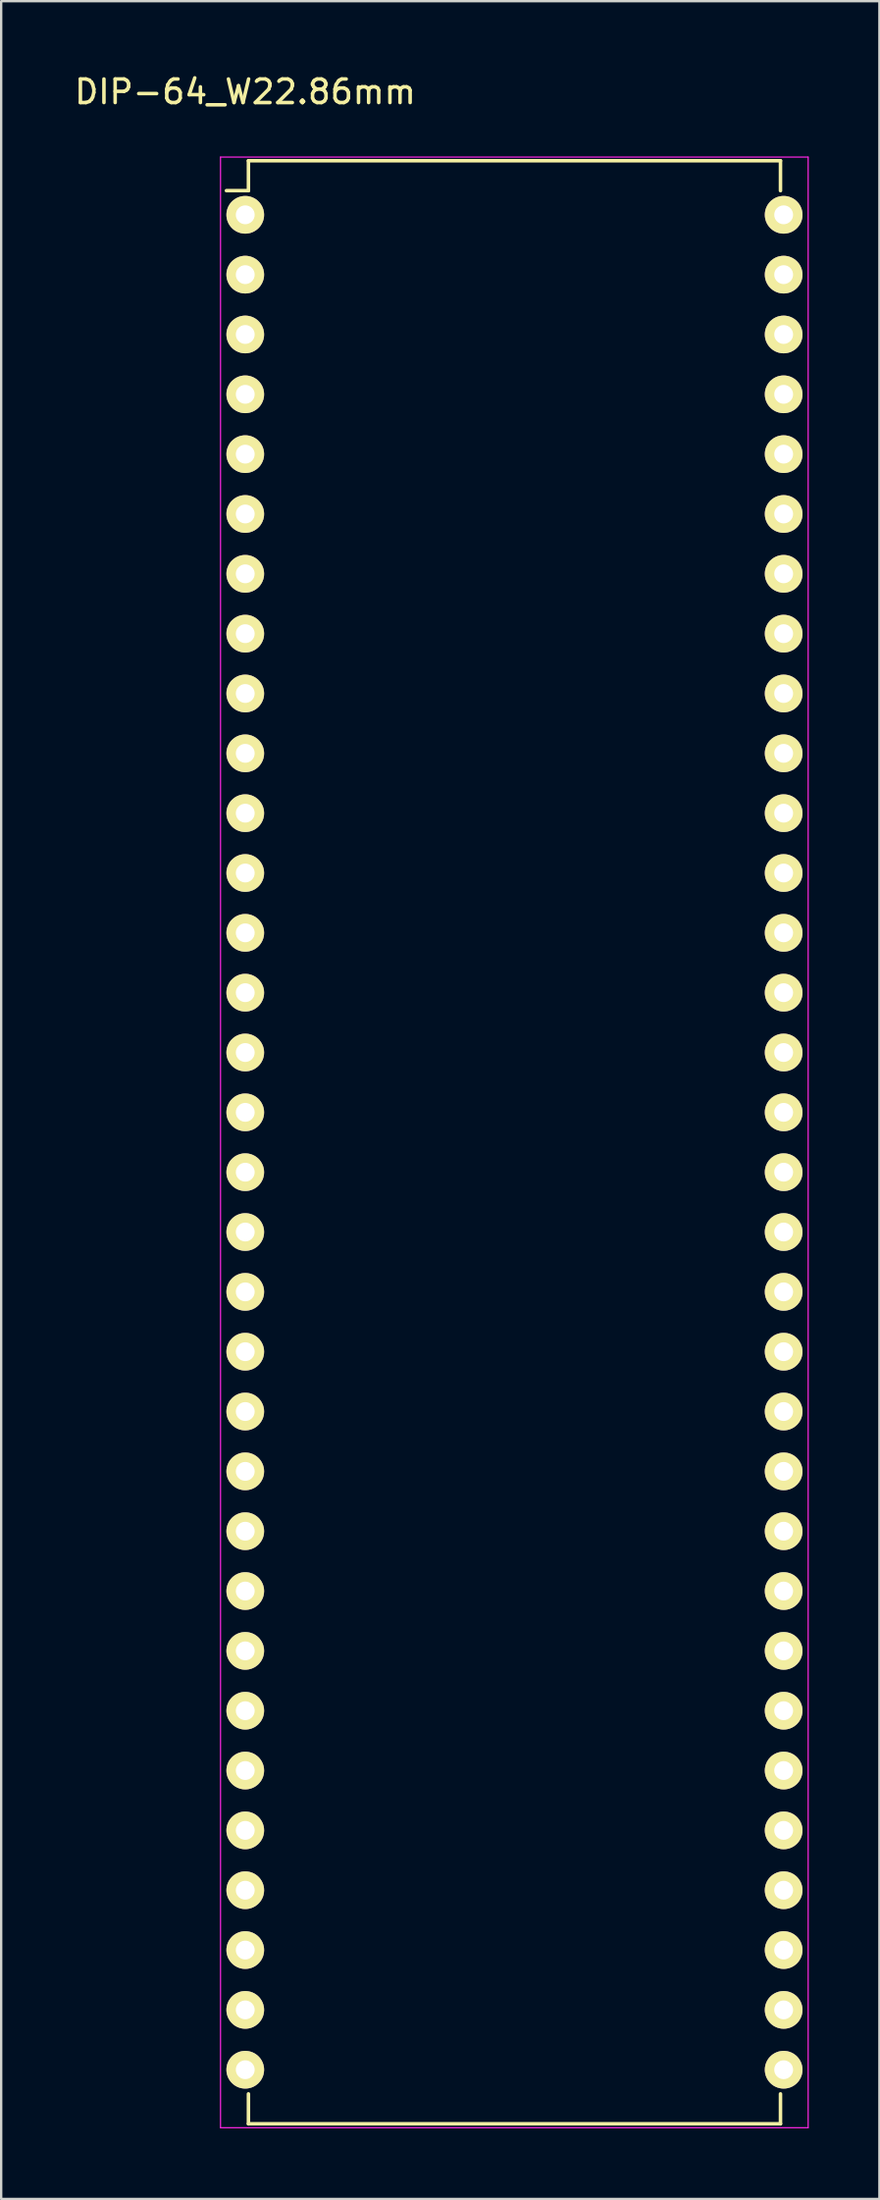
<source format=kicad_pcb>
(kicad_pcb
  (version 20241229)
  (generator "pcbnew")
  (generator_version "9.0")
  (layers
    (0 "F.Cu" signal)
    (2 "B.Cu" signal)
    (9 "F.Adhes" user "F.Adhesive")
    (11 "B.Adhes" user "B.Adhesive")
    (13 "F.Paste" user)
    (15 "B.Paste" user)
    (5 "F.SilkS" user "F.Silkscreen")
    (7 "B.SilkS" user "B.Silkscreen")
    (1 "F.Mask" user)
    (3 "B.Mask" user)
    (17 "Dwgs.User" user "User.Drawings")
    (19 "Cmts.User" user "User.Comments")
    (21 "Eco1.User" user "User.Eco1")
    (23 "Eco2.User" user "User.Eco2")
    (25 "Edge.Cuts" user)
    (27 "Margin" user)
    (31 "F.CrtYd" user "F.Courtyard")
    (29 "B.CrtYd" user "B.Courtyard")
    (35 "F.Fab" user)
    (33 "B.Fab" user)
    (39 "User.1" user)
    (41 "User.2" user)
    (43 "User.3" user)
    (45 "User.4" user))
  (footprint "DIP-64_W22.86mm"
    (layer "F.Cu")
    (at 7.363 6.068)
    (property "Reference" "DIP-64_W22.86mm" (at 0 -5.22 0) (layer "F.SilkS") (effects (font (size 1 1) (thickness 0.15))))
    (attr through_hole)
    (fp_line (start 0.135 -2.295) (end 0.135 -1.025) (stroke (width 0.15) (type solid)) (layer "F.SilkS"))
    (fp_line (start 0.135 -2.295) (end 22.725 -2.295) (stroke (width 0.15) (type solid)) (layer "F.SilkS"))
    (fp_line (start 0.135 -1.025) (end -0.8 -1.025) (stroke (width 0.15) (type solid)) (layer "F.SilkS"))
    (fp_line (start 0.135 81.035) (end 0.135 79.765) (stroke (width 0.15) (type solid)) (layer "F.SilkS"))
    (fp_line (start 0.135 81.035) (end 22.725 81.035) (stroke (width 0.15) (type solid)) (layer "F.SilkS"))
    (fp_line (start 22.725 -2.295) (end 22.725 -1.025) (stroke (width 0.15) (type solid)) (layer "F.SilkS"))
    (fp_line (start 22.725 81.035) (end 22.725 79.765) (stroke (width 0.15) (type solid)) (layer "F.SilkS"))
    (fp_line (start -1.05 -2.45) (end -1.05 81.2) (stroke (width 0.05) (type solid)) (layer "F.CrtYd"))
    (fp_line (start -1.05 -2.45) (end 23.9 -2.45) (stroke (width 0.05) (type solid)) (layer "F.CrtYd"))
    (fp_line (start -1.05 81.2) (end 23.9 81.2) (stroke (width 0.05) (type solid)) (layer "F.CrtYd"))
    (fp_line (start 23.9 -2.45) (end 23.9 81.2) (stroke (width 0.05) (type solid)) (layer "F.CrtYd"))
    (pad "1" thru_hole oval (at 0 0) (size 1.6 1.6) (drill 0.8) (layers "*.Cu" "*.Mask" "F.SilkS"))
    (pad "2" thru_hole oval (at 0 2.54) (size 1.6 1.6) (drill 0.8) (layers "*.Cu" "*.Mask" "F.SilkS"))
    (pad "3" thru_hole oval (at 0 5.08) (size 1.6 1.6) (drill 0.8) (layers "*.Cu" "*.Mask" "F.SilkS"))
    (pad "4" thru_hole oval (at 0 7.62) (size 1.6 1.6) (drill 0.8) (layers "*.Cu" "*.Mask" "F.SilkS"))
    (pad "5" thru_hole oval (at 0 10.16) (size 1.6 1.6) (drill 0.8) (layers "*.Cu" "*.Mask" "F.SilkS"))
    (pad "6" thru_hole oval (at 0 12.7) (size 1.6 1.6) (drill 0.8) (layers "*.Cu" "*.Mask" "F.SilkS"))
    (pad "7" thru_hole oval (at 0 15.24) (size 1.6 1.6) (drill 0.8) (layers "*.Cu" "*.Mask" "F.SilkS"))
    (pad "8" thru_hole oval (at 0 17.78) (size 1.6 1.6) (drill 0.8) (layers "*.Cu" "*.Mask" "F.SilkS"))
    (pad "9" thru_hole oval (at 0 20.32) (size 1.6 1.6) (drill 0.8) (layers "*.Cu" "*.Mask" "F.SilkS"))
    (pad "10" thru_hole oval (at 0 22.86) (size 1.6 1.6) (drill 0.8) (layers "*.Cu" "*.Mask" "F.SilkS"))
    (pad "11" thru_hole oval (at 0 25.4) (size 1.6 1.6) (drill 0.8) (layers "*.Cu" "*.Mask" "F.SilkS"))
    (pad "12" thru_hole oval (at 0 27.94) (size 1.6 1.6) (drill 0.8) (layers "*.Cu" "*.Mask" "F.SilkS"))
    (pad "13" thru_hole oval (at 0 30.48) (size 1.6 1.6) (drill 0.8) (layers "*.Cu" "*.Mask" "F.SilkS"))
    (pad "14" thru_hole oval (at 0 33.02) (size 1.6 1.6) (drill 0.8) (layers "*.Cu" "*.Mask" "F.SilkS"))
    (pad "15" thru_hole oval (at 0 35.56) (size 1.6 1.6) (drill 0.8) (layers "*.Cu" "*.Mask" "F.SilkS"))
    (pad "16" thru_hole oval (at 0 38.1) (size 1.6 1.6) (drill 0.8) (layers "*.Cu" "*.Mask" "F.SilkS"))
    (pad "17" thru_hole oval (at 0 40.64) (size 1.6 1.6) (drill 0.8) (layers "*.Cu" "*.Mask" "F.SilkS"))
    (pad "18" thru_hole oval (at 0 43.18) (size 1.6 1.6) (drill 0.8) (layers "*.Cu" "*.Mask" "F.SilkS"))
    (pad "19" thru_hole oval (at 0 45.72) (size 1.6 1.6) (drill 0.8) (layers "*.Cu" "*.Mask" "F.SilkS"))
    (pad "20" thru_hole oval (at 0 48.26) (size 1.6 1.6) (drill 0.8) (layers "*.Cu" "*.Mask" "F.SilkS"))
    (pad "21" thru_hole oval (at 0 50.8) (size 1.6 1.6) (drill 0.8) (layers "*.Cu" "*.Mask" "F.SilkS"))
    (pad "22" thru_hole oval (at 0 53.34) (size 1.6 1.6) (drill 0.8) (layers "*.Cu" "*.Mask" "F.SilkS"))
    (pad "23" thru_hole oval (at 0 55.88) (size 1.6 1.6) (drill 0.8) (layers "*.Cu" "*.Mask" "F.SilkS"))
    (pad "24" thru_hole oval (at 0 58.42) (size 1.6 1.6) (drill 0.8) (layers "*.Cu" "*.Mask" "F.SilkS"))
    (pad "25" thru_hole oval (at 0 60.96) (size 1.6 1.6) (drill 0.8) (layers "*.Cu" "*.Mask" "F.SilkS"))
    (pad "26" thru_hole oval (at 0 63.5) (size 1.6 1.6) (drill 0.8) (layers "*.Cu" "*.Mask" "F.SilkS"))
    (pad "27" thru_hole oval (at 0 66.04) (size 1.6 1.6) (drill 0.8) (layers "*.Cu" "*.Mask" "F.SilkS"))
    (pad "28" thru_hole oval (at 0 68.58) (size 1.6 1.6) (drill 0.8) (layers "*.Cu" "*.Mask" "F.SilkS"))
    (pad "29" thru_hole oval (at 0 71.12) (size 1.6 1.6) (drill 0.8) (layers "*.Cu" "*.Mask" "F.SilkS"))
    (pad "30" thru_hole oval (at 0 73.66) (size 1.6 1.6) (drill 0.8) (layers "*.Cu" "*.Mask" "F.SilkS"))
    (pad "31" thru_hole oval (at 0 76.2) (size 1.6 1.6) (drill 0.8) (layers "*.Cu" "*.Mask" "F.SilkS"))
    (pad "32" thru_hole oval (at 0 78.74) (size 1.6 1.6) (drill 0.8) (layers "*.Cu" "*.Mask" "F.SilkS"))
    (pad "33" thru_hole oval (at 22.86 78.74) (size 1.6 1.6) (drill 0.8) (layers "*.Cu" "*.Mask" "F.SilkS"))
    (pad "34" thru_hole oval (at 22.86 76.2) (size 1.6 1.6) (drill 0.8) (layers "*.Cu" "*.Mask" "F.SilkS"))
    (pad "35" thru_hole oval (at 22.86 73.66) (size 1.6 1.6) (drill 0.8) (layers "*.Cu" "*.Mask" "F.SilkS"))
    (pad "36" thru_hole oval (at 22.86 71.12) (size 1.6 1.6) (drill 0.8) (layers "*.Cu" "*.Mask" "F.SilkS"))
    (pad "37" thru_hole oval (at 22.86 68.58) (size 1.6 1.6) (drill 0.8) (layers "*.Cu" "*.Mask" "F.SilkS"))
    (pad "38" thru_hole oval (at 22.86 66.04) (size 1.6 1.6) (drill 0.8) (layers "*.Cu" "*.Mask" "F.SilkS"))
    (pad "39" thru_hole oval (at 22.86 63.5) (size 1.6 1.6) (drill 0.8) (layers "*.Cu" "*.Mask" "F.SilkS"))
    (pad "40" thru_hole oval (at 22.86 60.96) (size 1.6 1.6) (drill 0.8) (layers "*.Cu" "*.Mask" "F.SilkS"))
    (pad "41" thru_hole oval (at 22.86 58.42) (size 1.6 1.6) (drill 0.8) (layers "*.Cu" "*.Mask" "F.SilkS"))
    (pad "42" thru_hole oval (at 22.86 55.88) (size 1.6 1.6) (drill 0.8) (layers "*.Cu" "*.Mask" "F.SilkS"))
    (pad "43" thru_hole oval (at 22.86 53.34) (size 1.6 1.6) (drill 0.8) (layers "*.Cu" "*.Mask" "F.SilkS"))
    (pad "44" thru_hole oval (at 22.86 50.8) (size 1.6 1.6) (drill 0.8) (layers "*.Cu" "*.Mask" "F.SilkS"))
    (pad "45" thru_hole oval (at 22.86 48.26) (size 1.6 1.6) (drill 0.8) (layers "*.Cu" "*.Mask" "F.SilkS"))
    (pad "46" thru_hole oval (at 22.86 45.72) (size 1.6 1.6) (drill 0.8) (layers "*.Cu" "*.Mask" "F.SilkS"))
    (pad "47" thru_hole oval (at 22.86 43.18) (size 1.6 1.6) (drill 0.8) (layers "*.Cu" "*.Mask" "F.SilkS"))
    (pad "48" thru_hole oval (at 22.86 40.64) (size 1.6 1.6) (drill 0.8) (layers "*.Cu" "*.Mask" "F.SilkS"))
    (pad "49" thru_hole oval (at 22.86 38.1) (size 1.6 1.6) (drill 0.8) (layers "*.Cu" "*.Mask" "F.SilkS"))
    (pad "50" thru_hole oval (at 22.86 35.56) (size 1.6 1.6) (drill 0.8) (layers "*.Cu" "*.Mask" "F.SilkS"))
    (pad "51" thru_hole oval (at 22.86 33.02) (size 1.6 1.6) (drill 0.8) (layers "*.Cu" "*.Mask" "F.SilkS"))
    (pad "52" thru_hole oval (at 22.86 30.48) (size 1.6 1.6) (drill 0.8) (layers "*.Cu" "*.Mask" "F.SilkS"))
    (pad "53" thru_hole oval (at 22.86 27.94) (size 1.6 1.6) (drill 0.8) (layers "*.Cu" "*.Mask" "F.SilkS"))
    (pad "54" thru_hole oval (at 22.86 25.4) (size 1.6 1.6) (drill 0.8) (layers "*.Cu" "*.Mask" "F.SilkS"))
    (pad "55" thru_hole oval (at 22.86 22.86) (size 1.6 1.6) (drill 0.8) (layers "*.Cu" "*.Mask" "F.SilkS"))
    (pad "56" thru_hole oval (at 22.86 20.32) (size 1.6 1.6) (drill 0.8) (layers "*.Cu" "*.Mask" "F.SilkS"))
    (pad "57" thru_hole oval (at 22.86 17.78) (size 1.6 1.6) (drill 0.8) (layers "*.Cu" "*.Mask" "F.SilkS"))
    (pad "58" thru_hole oval (at 22.86 15.24) (size 1.6 1.6) (drill 0.8) (layers "*.Cu" "*.Mask" "F.SilkS"))
    (pad "59" thru_hole oval (at 22.86 12.7) (size 1.6 1.6) (drill 0.8) (layers "*.Cu" "*.Mask" "F.SilkS"))
    (pad "60" thru_hole oval (at 22.86 10.16) (size 1.6 1.6) (drill 0.8) (layers "*.Cu" "*.Mask" "F.SilkS"))
    (pad "61" thru_hole oval (at 22.86 7.62) (size 1.6 1.6) (drill 0.8) (layers "*.Cu" "*.Mask" "F.SilkS"))
    (pad "62" thru_hole oval (at 22.86 5.08) (size 1.6 1.6) (drill 0.8) (layers "*.Cu" "*.Mask" "F.SilkS"))
    (pad "63" thru_hole oval (at 22.86 2.54) (size 1.6 1.6) (drill 0.8) (layers "*.Cu" "*.Mask" "F.SilkS"))
    (pad "64" thru_hole oval (at 22.86 0) (size 1.6 1.6) (drill 0.8) (layers "*.Cu" "*.Mask" "F.SilkS")))
  (gr_rect
    (start -3 -3)
    (end 34.288 90.293)
    (stroke (width 0.1) (type default))
    (fill no)
    (layer "Edge.Cuts")))
</source>
